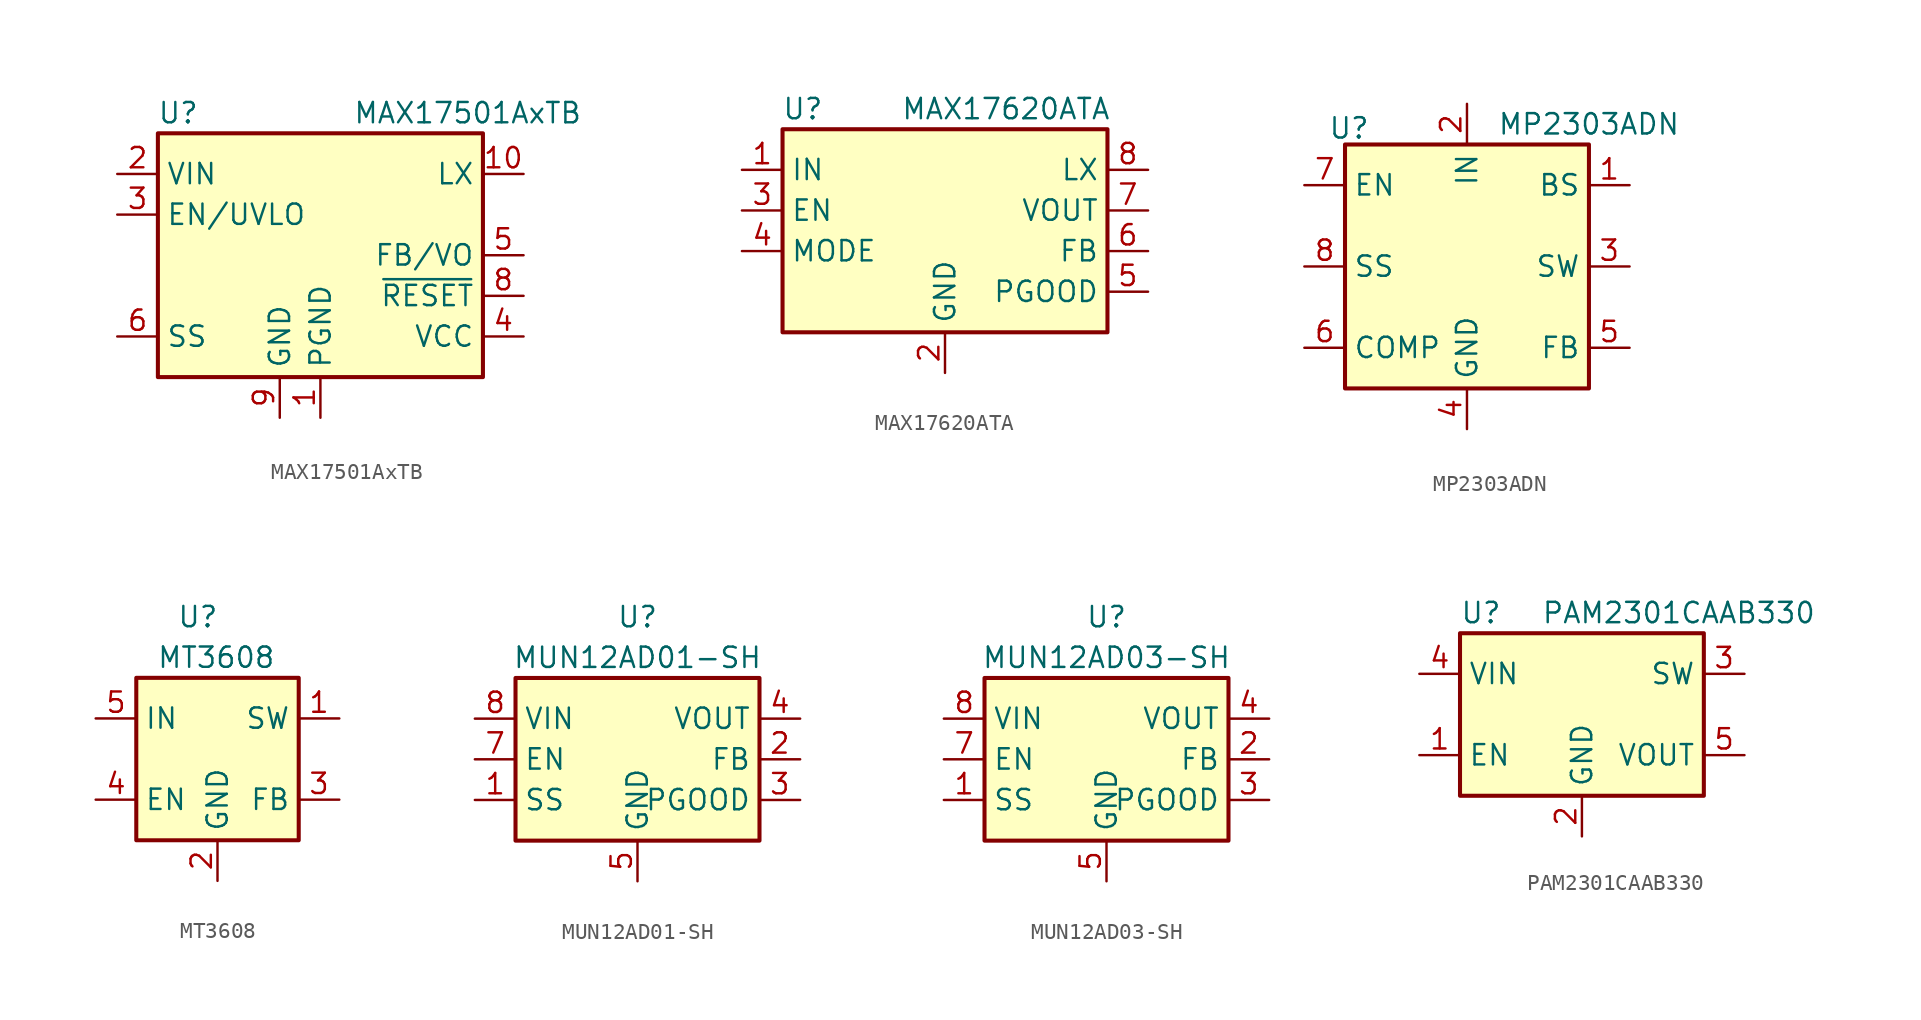
<source format=kicad_sym>
(kicad_symbol_lib
  (version 20201005)
  (generator kicad_symbol_editor)
  (symbol "MAX17501AxTB"
    (property "Reference" "U"
      (at -8.89 8.89 0)
      (effects (font (size 1.27 1.27))))
    (property "Value" "MAX17501AxTB"
      (at 2.032 8.89 0)
      (effects (font (size 1.27 1.27)) (justify left)))
    (symbol "MAX17501AxTB_0_1"
      (rectangle (start -10.16 7.62) (end 10.16 -7.62) (stroke (width 0.254)) (fill (type background))))
    (symbol "MAX17501AxTB_1_1"
      (pin power_in line (at 0 -10.16 90) (length 2.54) (name "PGND" (effects (font (size 1.27 1.27)))) (number "1" (effects (font (size 1.27 1.27)))))
      (pin power_out line (at 12.7 5.08 180) (length 2.54) (name "LX" (effects (font (size 1.27 1.27)))) (number "10" (effects (font (size 1.27 1.27)))))
      (pin passive line (at -2.54 -10.16 90) (length 2.54) hide (name "GND" (effects (font (size 1.27 1.27)))) (number "11" (effects (font (size 1.27 1.27)))))
      (pin power_in line (at -12.7 5.08 0) (length 2.54) (name "VIN" (effects (font (size 1.27 1.27)))) (number "2" (effects (font (size 1.27 1.27)))))
      (pin input line (at -12.7 2.54 0) (length 2.54) (name "EN/UVLO" (effects (font (size 1.27 1.27)))) (number "3" (effects (font (size 1.27 1.27)))))
      (pin power_out line (at 12.7 -5.08 180) (length 2.54) (name "VCC" (effects (font (size 1.27 1.27)))) (number "4" (effects (font (size 1.27 1.27)))))
      (pin input line (at 12.7 0 180) (length 2.54) (name "FB/VO" (effects (font (size 1.27 1.27)))) (number "5" (effects (font (size 1.27 1.27)))))
      (pin passive line (at -12.7 -5.08 0) (length 2.54) (name "SS" (effects (font (size 1.27 1.27)))) (number "6" (effects (font (size 1.27 1.27)))))
      (pin no_connect line (at -10.16 -2.54 0) (length 2.54) hide (name "NC" (effects (font (size 1.27 1.27)))) (number "7" (effects (font (size 1.27 1.27)))))
      (pin open_collector line (at 12.7 -2.54 180) (length 2.54) (name "~RESET" (effects (font (size 1.27 1.27)))) (number "8" (effects (font (size 1.27 1.27)))))
      (pin power_in line (at -2.54 -10.16 90) (length 2.54) (name "GND" (effects (font (size 1.27 1.27)))) (number "9" (effects (font (size 1.27 1.27)))))))
  (symbol "MAX17620ATA"
    (property "Reference" "U"
      (at -8.89 6.35 0)
      (effects (font (size 1.27 1.27))))
    (property "Value" "MAX17620ATA"
      (at 3.81 6.35 0)
      (effects (font (size 1.27 1.27))))
    (symbol "MAX17620ATA_0_1"
      (rectangle (start -10.16 5.08) (end 10.16 -7.62) (stroke (width 0.254)) (fill (type background))))
    (symbol "MAX17620ATA_1_1"
      (pin power_in line (at -12.7 2.54 0) (length 2.54) (name "IN" (effects (font (size 1.27 1.27)))) (number "1" (effects (font (size 1.27 1.27)))))
      (pin power_in line (at 0 -10.16 90) (length 2.54) (name "GND" (effects (font (size 1.27 1.27)))) (number "2" (effects (font (size 1.27 1.27)))))
      (pin input line (at -12.7 0 0) (length 2.54) (name "EN" (effects (font (size 1.27 1.27)))) (number "3" (effects (font (size 1.27 1.27)))))
      (pin input line (at -12.7 -2.54 0) (length 2.54) (name "MODE" (effects (font (size 1.27 1.27)))) (number "4" (effects (font (size 1.27 1.27)))))
      (pin open_collector line (at 12.7 -5.08 180) (length 2.54) (name "PGOOD" (effects (font (size 1.27 1.27)))) (number "5" (effects (font (size 1.27 1.27)))))
      (pin input line (at 12.7 -2.54 180) (length 2.54) (name "FB" (effects (font (size 1.27 1.27)))) (number "6" (effects (font (size 1.27 1.27)))))
      (pin input line (at 12.7 0 180) (length 2.54) (name "VOUT" (effects (font (size 1.27 1.27)))) (number "7" (effects (font (size 1.27 1.27)))))
      (pin power_out line (at 12.7 2.54 180) (length 2.54) (name "LX" (effects (font (size 1.27 1.27)))) (number "8" (effects (font (size 1.27 1.27)))))
      (pin passive line (at 0 -10.16 90) (length 2.54) hide (name "GND" (effects (font (size 1.27 1.27)))) (number "9" (effects (font (size 1.27 1.27)))))))
  (symbol "MP2303ADN"
    (property "Reference" "U"
      (at -7.366 8.636 0)
      (effects (font (size 1.27 1.27))))
    (property "Value" "MP2303ADN"
      (at 7.62 8.89 0)
      (effects (font (size 1.27 1.27))))
    (symbol "MP2303ADN_0_1"
      (rectangle (start -7.62 7.62) (end 7.62 -7.62) (stroke (width 0.254)) (fill (type background))))
    (symbol "MP2303ADN_1_1"
      (pin passive line (at 10.16 5.08 180) (length 2.54) (name "BS" (effects (font (size 1.27 1.27)))) (number "1" (effects (font (size 1.27 1.27)))))
      (pin power_in line (at 0 10.16 270) (length 2.54) (name "IN" (effects (font (size 1.27 1.27)))) (number "2" (effects (font (size 1.27 1.27)))))
      (pin output line (at 10.16 0 180) (length 2.54) (name "SW" (effects (font (size 1.27 1.27)))) (number "3" (effects (font (size 1.27 1.27)))))
      (pin power_in line (at 0 -10.16 90) (length 2.54) (name "GND" (effects (font (size 1.27 1.27)))) (number "4" (effects (font (size 1.27 1.27)))))
      (pin input line (at 10.16 -5.08 180) (length 2.54) (name "FB" (effects (font (size 1.27 1.27)))) (number "5" (effects (font (size 1.27 1.27)))))
      (pin passive line (at -10.16 -5.08 0) (length 2.54) (name "COMP" (effects (font (size 1.27 1.27)))) (number "6" (effects (font (size 1.27 1.27)))))
      (pin input line (at -10.16 5.08 0) (length 2.54) (name "EN" (effects (font (size 1.27 1.27)))) (number "7" (effects (font (size 1.27 1.27)))))
      (pin input line (at -10.16 0 0) (length 2.54) (name "SS" (effects (font (size 1.27 1.27)))) (number "8" (effects (font (size 1.27 1.27)))))))
  (symbol "MT3608"
    (property "Reference" "U"
      (at -2.54 8.89 0)
      (effects (font (size 1.27 1.27)) (justify left)))
    (property "Value" "MT3608"
      (at -3.81 6.35 0)
      (effects (font (size 1.27 1.27)) (justify left)))
    (symbol "MT3608_0_1"
      (rectangle (start -5.08 5.08) (end 5.08 -5.08) (stroke (width 0.254)) (fill (type background))))
    (symbol "MT3608_1_1"
      (pin passive line (at 7.62 2.54 180) (length 2.54) (name "SW" (effects (font (size 1.27 1.27)))) (number "1" (effects (font (size 1.27 1.27)))))
      (pin power_in line (at 0 -7.62 90) (length 2.54) (name "GND" (effects (font (size 1.27 1.27)))) (number "2" (effects (font (size 1.27 1.27)))))
      (pin input line (at 7.62 -2.54 180) (length 2.54) (name "FB" (effects (font (size 1.27 1.27)))) (number "3" (effects (font (size 1.27 1.27)))))
      (pin input line (at -7.62 -2.54 0) (length 2.54) (name "EN" (effects (font (size 1.27 1.27)))) (number "4" (effects (font (size 1.27 1.27)))))
      (pin power_in line (at -7.62 2.54 0) (length 2.54) (name "IN" (effects (font (size 1.27 1.27)))) (number "5" (effects (font (size 1.27 1.27)))))
      (pin no_connect line (at 5.08 0 180) (length 2.54) hide (name "NC" (effects (font (size 1.27 1.27)))) (number "6" (effects (font (size 1.27 1.27)))))))
  (symbol "MUN12AD01-SH"
    (property "Reference" "U"
      (at 0 8.89 0)
      (effects (font (size 1.27 1.27))))
    (property "Value" "MUN12AD01-SH"
      (at 0 6.35 0)
      (effects (font (size 1.27 1.27))))
    (symbol "MUN12AD01-SH_0_1"
      (rectangle (start -7.62 5.08) (end 7.62 -5.08) (stroke (width 0.254)) (fill (type background))))
    (symbol "MUN12AD01-SH_1_1"
      (pin input line (at -10.16 -2.54 0) (length 2.54) (name "SS" (effects (font (size 1.27 1.27)))) (number "1" (effects (font (size 1.27 1.27)))))
      (pin input line (at 10.16 0 180) (length 2.54) (name "FB" (effects (font (size 1.27 1.27)))) (number "2" (effects (font (size 1.27 1.27)))))
      (pin open_collector line (at 10.16 -2.54 180) (length 2.54) (name "PGOOD" (effects (font (size 1.27 1.27)))) (number "3" (effects (font (size 1.27 1.27)))))
      (pin power_out line (at 10.16 2.54 180) (length 2.54) (name "VOUT" (effects (font (size 1.27 1.27)))) (number "4" (effects (font (size 1.27 1.27)))))
      (pin power_in line (at 0 -7.62 90) (length 2.54) (name "GND" (effects (font (size 1.27 1.27)))) (number "5" (effects (font (size 1.27 1.27)))))
      (pin no_connect line (at -2.54 -5.08 90) (length 2.54) hide (name "NC" (effects (font (size 1.27 1.27)))) (number "6" (effects (font (size 1.27 1.27)))))
      (pin input line (at -10.16 0 0) (length 2.54) (name "EN" (effects (font (size 1.27 1.27)))) (number "7" (effects (font (size 1.27 1.27)))))
      (pin power_in line (at -10.16 2.54 0) (length 2.54) (name "VIN" (effects (font (size 1.27 1.27)))) (number "8" (effects (font (size 1.27 1.27)))))
      (pin passive line (at 0 -7.62 90) (length 2.54) hide (name "GND" (effects (font (size 1.27 1.27)))) (number "9" (effects (font (size 1.27 1.27)))))))
  (symbol "MUN12AD03-SH"
    (property "Reference" "U"
      (at 0 8.89 0)
      (effects (font (size 1.27 1.27))))
    (property "Value" "MUN12AD03-SH"
      (at 0 6.35 0)
      (effects (font (size 1.27 1.27))))
    (symbol "MUN12AD03-SH_0_1"
      (rectangle (start -7.62 5.08) (end 7.62 -5.08) (stroke (width 0.254)) (fill (type background))))
    (symbol "MUN12AD03-SH_1_1"
      (pin input line (at -10.16 -2.54 0) (length 2.54) (name "SS" (effects (font (size 1.27 1.27)))) (number "1" (effects (font (size 1.27 1.27)))))
      (pin passive line (at 0 -7.62 90) (length 2.54) hide (name "GND" (effects (font (size 1.27 1.27)))) (number "10" (effects (font (size 1.27 1.27)))))
      (pin passive line (at 0 -7.62 90) (length 2.54) hide (name "GND" (effects (font (size 1.27 1.27)))) (number "11" (effects (font (size 1.27 1.27)))))
      (pin input line (at 10.16 0 180) (length 2.54) (name "FB" (effects (font (size 1.27 1.27)))) (number "2" (effects (font (size 1.27 1.27)))))
      (pin open_collector line (at 10.16 -2.54 180) (length 2.54) (name "PGOOD" (effects (font (size 1.27 1.27)))) (number "3" (effects (font (size 1.27 1.27)))))
      (pin power_out line (at 10.16 2.54 180) (length 2.54) (name "VOUT" (effects (font (size 1.27 1.27)))) (number "4" (effects (font (size 1.27 1.27)))))
      (pin power_in line (at 0 -7.62 90) (length 2.54) (name "GND" (effects (font (size 1.27 1.27)))) (number "5" (effects (font (size 1.27 1.27)))))
      (pin no_connect line (at -2.54 -5.08 90) (length 2.54) hide (name "NC" (effects (font (size 1.27 1.27)))) (number "6" (effects (font (size 1.27 1.27)))))
      (pin input line (at -10.16 0 0) (length 2.54) (name "EN" (effects (font (size 1.27 1.27)))) (number "7" (effects (font (size 1.27 1.27)))))
      (pin power_in line (at -10.16 2.54 0) (length 2.54) (name "VIN" (effects (font (size 1.27 1.27)))) (number "8" (effects (font (size 1.27 1.27)))))
      (pin passive line (at 10.16 2.54 180) (length 2.54) hide (name "VOUT" (effects (font (size 1.27 1.27)))) (number "9" (effects (font (size 1.27 1.27)))))))
  (symbol "PAM2301CAAB330"
    (property "Reference" "U"
      (at -7.62 6.35 0)
      (effects (font (size 1.27 1.27)) (justify left)))
    (property "Value" "PAM2301CAAB330"
      (at -2.54 6.35 0)
      (effects (font (size 1.27 1.27)) (justify left)))
    (symbol "PAM2301CAAB330_0_1"
      (rectangle (start -7.62 5.08) (end 7.62 -5.08) (stroke (width 0.254)) (fill (type background))))
    (symbol "PAM2301CAAB330_1_1"
      (pin input line (at -10.16 -2.54 0) (length 2.54) (name "EN" (effects (font (size 1.27 1.27)))) (number "1" (effects (font (size 1.27 1.27)))))
      (pin power_in line (at 0 -7.62 90) (length 2.54) (name "GND" (effects (font (size 1.27 1.27)))) (number "2" (effects (font (size 1.27 1.27)))))
      (pin power_out line (at 10.16 2.54 180) (length 2.54) (name "SW" (effects (font (size 1.27 1.27)))) (number "3" (effects (font (size 1.27 1.27)))))
      (pin power_in line (at -10.16 2.54 0) (length 2.54) (name "VIN" (effects (font (size 1.27 1.27)))) (number "4" (effects (font (size 1.27 1.27)))))
      (pin input line (at 10.16 -2.54 180) (length 2.54) (name "VOUT" (effects (font (size 1.27 1.27)))) (number "5" (effects (font (size 1.27 1.27))))))))
</source>
